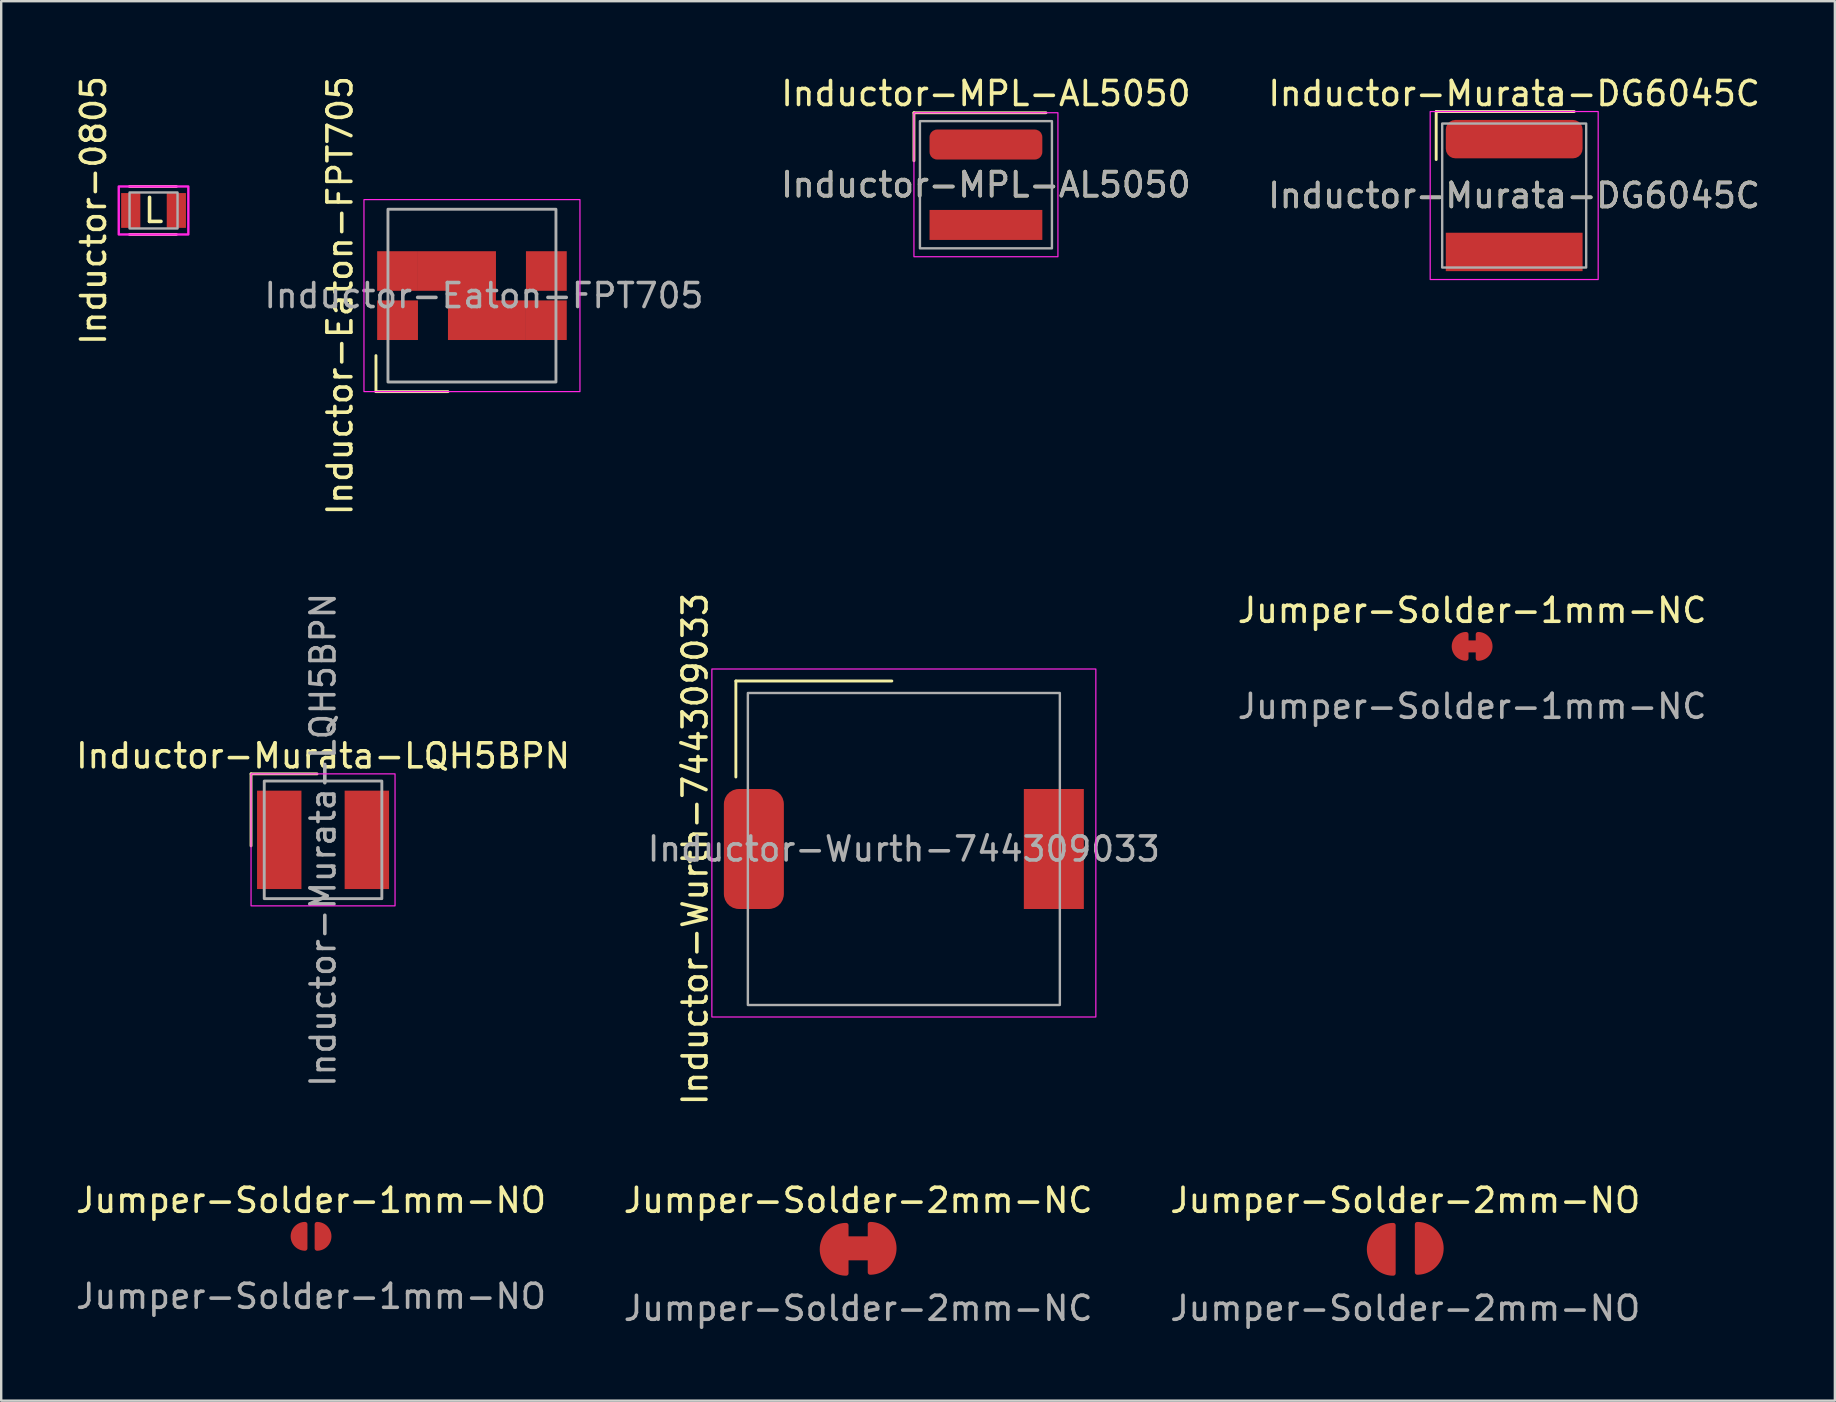
<source format=kicad_pcb>
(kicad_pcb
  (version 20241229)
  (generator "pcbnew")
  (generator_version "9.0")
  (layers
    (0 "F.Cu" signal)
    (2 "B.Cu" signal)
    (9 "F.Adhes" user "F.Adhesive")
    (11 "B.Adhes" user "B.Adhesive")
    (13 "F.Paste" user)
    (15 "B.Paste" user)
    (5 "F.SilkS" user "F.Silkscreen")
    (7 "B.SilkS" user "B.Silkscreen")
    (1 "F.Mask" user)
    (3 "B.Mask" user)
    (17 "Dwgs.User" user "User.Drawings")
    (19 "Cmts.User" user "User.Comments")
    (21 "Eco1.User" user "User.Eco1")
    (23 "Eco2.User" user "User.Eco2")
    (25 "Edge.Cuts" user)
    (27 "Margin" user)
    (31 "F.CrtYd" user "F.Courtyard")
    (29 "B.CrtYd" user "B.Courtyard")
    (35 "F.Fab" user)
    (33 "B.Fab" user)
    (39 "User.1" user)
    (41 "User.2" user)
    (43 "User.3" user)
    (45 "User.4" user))
  (footprint "Inductor-Wurth-744309033"
    (layer "F.Cu")
    (at 34.613 32.327)
    (property "Reference" "Inductor-Wurth-744309033" (at -8.7 0 90) (unlocked yes) (layer "F.SilkS") (effects (font (size 1 1) (thickness 0.15))))
    (attr smd)
    (fp_line (start -7 -7) (end -7 -3) (stroke (width 0.12) (type solid)) (layer "F.SilkS"))
    (fp_line (start -0.5 -7) (end -7 -7) (stroke (width 0.12) (type solid)) (layer "F.SilkS"))
    (fp_rect (start -8 -7.5) (end 8 7) (stroke (width 0.05) (type solid)) (fill no) (layer "F.CrtYd"))
    (fp_rect (start -6.5 -6.5) (end 6.5 6.5) (stroke (width 0.1) (type solid)) (fill no) (layer "F.Fab"))
    (fp_text user "${REFERENCE}" (at 0 0 0) (unlocked yes) (layer "F.Fab") (effects (font (size 1 1) (thickness 0.15))))
    (pad "1" smd roundrect (at -6.25 0) (size 2.5 5) (layers "F.Cu" "F.Mask" "F.Paste") (roundrect_rratio 0.25))
    (pad "2" smd rect (at 6.25 0) (size 2.5 5) (layers "F.Cu" "F.Mask" "F.Paste")))
  (footprint "Jumper-Solder-1mm-NC"
    (layer "F.Cu")
    (at 58.292 23.884)
    (property "Reference" "Jumper-Solder-1mm-NC" (at 0 -1.5 0) (unlocked yes) (layer "F.SilkS") (effects (font (size 1 1) (thickness 0.15))))
    (attr smd)
    (fp_line (start -0.25 0) (end 0.25 0) (stroke (width 0.5) (type solid)) (layer "F.Cu"))
    (fp_poly (pts (arc (start -0.25 -0.5) (mid -0.75 0) (end -0.25 0.5))) (stroke (width 0.2) (type solid)) (fill yes) (layer "F.Cu"))
    (fp_poly (pts (arc (start 0.25 0.5) (mid 0.75 0) (end 0.25 -0.5))) (stroke (width 0.2) (type solid)) (fill yes) (layer "F.Cu"))
    (fp_line (start -0.25 0) (end 0.25 0) (stroke (width 0.7) (type solid)) (layer "F.Mask"))
    (fp_poly (pts (arc (start -0.25 -0.5) (mid -0.75 0) (end -0.25 0.5))) (stroke (width 0.2) (type solid)) (fill yes) (layer "F.Mask"))
    (fp_poly (pts (arc (start 0.25 0.5) (mid 0.75 0) (end 0.25 -0.5))) (stroke (width 0.2) (type solid)) (fill yes) (layer "F.Mask"))
    (fp_text user "${REFERENCE}" (at 0 2.5 0) (unlocked yes) (layer "F.Fab") (effects (font (size 1 1) (thickness 0.15))))
    (pad "1" smd custom (at -0.5 0) (size 0.3 0.3) (layers "F.Cu" "F.Mask") (options (anchor circle)) (primitives))
    (pad "2" smd custom (at 0.5 0) (size 0.3 0.3) (layers "F.Cu" "F.Mask") (options (anchor circle)) (primitives)))
  (footprint "Inductor-Murata-DG6045C"
    (layer "F.Cu")
    (at 60.045 5.098)
    (property "Reference" "Inductor-Murata-DG6045C" (at 0 -4.25 0) (unlocked yes) (layer "F.SilkS") (effects (font (size 1 1) (thickness 0.15))))
    (attr smd)
    (fp_line (start -3.25 -3.5) (end -3.25 -1.5) (stroke (width 0.12) (type solid)) (layer "F.SilkS"))
    (fp_line (start 2.5 -3.5) (end -3.25 -3.5) (stroke (width 0.12) (type solid)) (layer "F.SilkS"))
    (fp_rect (start -3.5 -3.5) (end 3.5 3.5) (stroke (width 0.05) (type solid)) (fill no) (layer "F.CrtYd"))
    (fp_rect (start 3 -3) (end -3 3) (stroke (width 0.1) (type solid)) (fill no) (layer "F.Fab"))
    (fp_text user "${REFERENCE}" (at 0 0 0) (unlocked yes) (layer "F.SilkS") (effects (font (size 1 1) (thickness 0.15))))
    (fp_text user "${REFERENCE}" (at 0 0 0) (unlocked yes) (layer "F.Fab") (effects (font (size 1 1) (thickness 0.15))))
    (pad "1" smd roundrect (at 0 -2.35 270) (size 1.6 5.7) (layers "F.Cu" "F.Mask" "F.Paste") (roundrect_rratio 0.25))
    (pad "2" smd rect (at 0 2.35 270) (size 1.6 5.7) (layers "F.Cu" "F.Mask" "F.Paste")))
  (footprint "Inductor-Eaton-FPT705"
    (layer "F.Cu")
    (at 16.616 9.268)
    (property "Reference" "Inductor-Eaton-FPT705" (at -5.5 0 90) (unlocked yes) (layer "F.SilkS") (effects (font (size 1 1) (thickness 0.15))))
    (attr smd)
    (fp_poly (pts (xy 1 0.2) (xy 2.25 0.2) (xy 2.25 1.85) (xy -1 1.85) (xy -1 -0.2) (xy -2.25 -0.2) (xy -2.25 -1.85) (xy 1 -1.85)) (stroke (width 0) (type solid)) (fill yes) (layer "F.Cu"))
    (fp_line (start -4 2.5) (end -4 4) (stroke (width 0.12) (type solid)) (layer "F.SilkS"))
    (fp_line (start -4 4) (end -1 4) (stroke (width 0.12) (type solid)) (layer "F.SilkS"))
    (fp_rect (start -4.5 4) (end 4.5 -4) (stroke (width 0.05) (type solid)) (fill no) (layer "F.CrtYd"))
    (fp_rect (start -3.5 -3.6) (end 3.5 3.6) (stroke (width 0.12) (type solid)) (fill no) (layer "F.Fab"))
    (fp_text user "${REFERENCE}" (at 0.5 0 0) (unlocked yes) (layer "F.Fab") (effects (font (size 1 1) (thickness 0.15))))
    (pad "1" smd rect (at -3.1 1.025) (size 1.7 1.65) (layers "F.Cu" "F.Mask" "F.Paste"))
    (pad "2" smd rect (at 3.1 1.025) (size 1.7 1.65) (layers "F.Cu" "F.Mask" "F.Paste"))
    (pad "3" smd rect (at 3.1 -1.025) (size 1.7 1.65) (layers "F.Cu" "F.Mask" "F.Paste"))
    (pad "4" smd rect (at -3.1 -1.025) (size 1.7 1.65) (layers "F.Cu" "F.Mask" "F.Paste")))
  (footprint "Inductor-0805"
    (layer "F.Cu")
    (at 3.348 5.72)
    (property "Reference" "Inductor-0805" (at -2.5 0 90) (layer "F.SilkS") (effects (font (size 1 1) (thickness 0.15))))
    (attr smd)
    (fp_line (start 0.95 -1) (end -1 -1) (stroke (width 0.12) (type solid)) (layer "F.SilkS"))
    (fp_line (start 0.95 1) (end -1 1) (stroke (width 0.12) (type solid)) (layer "F.SilkS"))
    (fp_rect (start -1.45 -1) (end 1.45 1) (stroke (width 0.1) (type default)) (fill no) (layer "F.CrtYd"))
    (fp_rect (start -1 -0.75) (end 1 0.75) (stroke (width 0.1) (type default)) (fill no) (layer "F.Fab"))
    (fp_text user "L" (at 0 0 0) (unlocked yes) (layer "F.SilkS") (effects (font (size 1 1) (thickness 0.15))))
    (pad "1" smd rect (at -0.95 0) (size 0.8 1.45) (layers "F.Cu" "F.Mask" "F.Paste"))
    (pad "2" smd rect (at 0.95 0) (size 0.8 1.45) (layers "F.Cu" "F.Mask" "F.Paste")))
  (footprint "Jumper-Solder-2mm-NO"
    (layer "F.Cu")
    (at 55.506 48.967)
    (property "Reference" "Jumper-Solder-2mm-NO" (at 0 -2 0) (unlocked yes) (layer "F.SilkS") (effects (font (size 1 1) (thickness 0.15))))
    (attr smd)
    (fp_poly (pts (arc (start -0.5 1.040513) (mid -1.5 0.040513) (end -0.5 -0.959487))) (stroke (width 0.2) (type solid)) (fill yes) (layer "F.Cu"))
    (fp_poly (pts (arc (start 0.5 -1) (mid 1.5 0) (end 0.5 1))) (stroke (width 0.2) (type solid)) (fill yes) (layer "F.Cu"))
    (fp_poly (pts (arc (start -0.5 1.040513) (mid -1.5 0.040513) (end -0.5 -0.959487))) (stroke (width 0.2) (type solid)) (fill yes) (layer "F.Mask"))
    (fp_poly (pts (arc (start 0.5 -1) (mid 1.5 0) (end 0.5 1))) (stroke (width 0.2) (type solid)) (fill yes) (layer "F.Mask"))
    (fp_text user "${REFERENCE}" (at 0 2.5 0) (unlocked yes) (layer "F.Fab") (effects (font (size 1 1) (thickness 0.15))))
    (pad "1" smd custom (at -1 0) (size 1 1) (layers "F.Cu" "F.Mask") (options (anchor circle)) (primitives))
    (pad "2" smd custom (at 1 0) (size 1 1) (layers "F.Cu" "F.Mask") (options (anchor circle)) (primitives)))
  (footprint "Jumper-Solder-2mm-NC"
    (layer "F.Cu")
    (at 32.708 48.967)
    (property "Reference" "Jumper-Solder-2mm-NC" (at 0 -2 0) (unlocked yes) (layer "F.SilkS") (effects (font (size 1 1) (thickness 0.15))))
    (attr smd)
    (fp_line (start -0.5 0) (end 0.5 0) (stroke (width 1) (type solid)) (layer "F.Cu"))
    (fp_poly (pts (arc (start -0.5 1.040513) (mid -1.5 0.040513) (end -0.5 -0.959487))) (stroke (width 0.2) (type solid)) (fill yes) (layer "F.Cu"))
    (fp_poly (pts (arc (start 0.5 -1) (mid 1.5 0) (end 0.5 1))) (stroke (width 0.2) (type solid)) (fill yes) (layer "F.Cu"))
    (fp_line (start -0.5 0) (end 0.5 0) (stroke (width 1.1) (type solid)) (layer "F.Mask"))
    (fp_poly (pts (arc (start -0.5 1.040513) (mid -1.5 0.040513) (end -0.5 -0.959487))) (stroke (width 0.2) (type solid)) (fill yes) (layer "F.Mask"))
    (fp_poly (pts (arc (start 0.5 -1) (mid 1.5 0) (end 0.5 1))) (stroke (width 0.2) (type solid)) (fill yes) (layer "F.Mask"))
    (fp_text user "${REFERENCE}" (at 0 2.5 0) (unlocked yes) (layer "F.Fab") (effects (font (size 1 1) (thickness 0.15))))
    (pad "1" smd custom (at -1 0) (size 1 1) (layers "F.Cu" "F.Mask") (options (anchor circle)) (primitives))
    (pad "2" smd custom (at 1 0) (size 1 1) (layers "F.Cu" "F.Mask") (options (anchor circle)) (primitives)))
  (footprint "Jumper-Solder-1mm-NO"
    (layer "F.Cu")
    (at 9.911 48.467)
    (property "Reference" "Jumper-Solder-1mm-NO" (at 0 -1.5 0) (unlocked yes) (layer "F.SilkS") (effects (font (size 1 1) (thickness 0.15))))
    (attr smd)
    (fp_poly (pts (arc (start -0.25 -0.5) (mid -0.75 0) (end -0.25 0.5))) (stroke (width 0.2) (type solid)) (fill yes) (layer "F.Cu"))
    (fp_poly (pts (arc (start 0.25 0.5) (mid 0.75 0) (end 0.25 -0.5))) (stroke (width 0.2) (type solid)) (fill yes) (layer "F.Cu"))
    (fp_poly (pts (arc (start -0.25 -0.5) (mid -0.75 0) (end -0.25 0.5))) (stroke (width 0.2) (type solid)) (fill yes) (layer "F.Mask"))
    (fp_poly (pts (arc (start 0.25 0.5) (mid 0.75 0) (end 0.25 -0.5))) (stroke (width 0.2) (type solid)) (fill yes) (layer "F.Mask"))
    (fp_text user "${REFERENCE}" (at 0 2.5 0) (unlocked yes) (layer "F.Fab") (effects (font (size 1 1) (thickness 0.15))))
    (pad "1" smd custom (at -0.5 0) (size 0.3 0.3) (layers "F.Cu" "F.Mask") (options (anchor circle)) (primitives))
    (pad "2" smd custom (at 0.5 0) (size 0.3 0.3) (layers "F.Cu" "F.Mask") (options (anchor circle)) (primitives)))
  (footprint "Inductor-MPL-AL5050"
    (layer "F.Cu")
    (at 38.033 4.648)
    (property "Reference" "Inductor-MPL-AL5050" (at 0 -3.8 0) (unlocked yes) (layer "F.SilkS") (effects (font (size 1 1) (thickness 0.15))))
    (attr smd)
    (fp_line (start -3 -3) (end -3 -1) (stroke (width 0.12) (type solid)) (layer "F.SilkS"))
    (fp_line (start 2.5 -3) (end -3 -3) (stroke (width 0.12) (type solid)) (layer "F.SilkS"))
    (fp_rect (start -3 -3) (end 3 3) (stroke (width 0.05) (type solid)) (fill no) (layer "F.CrtYd"))
    (fp_rect (start -2.75 -2.65) (end 2.75 2.65) (stroke (width 0.1) (type solid)) (fill no) (layer "F.Fab"))
    (fp_text user "${REFERENCE}" (at 0 0 0) (unlocked yes) (layer "F.SilkS") (effects (font (size 1 1) (thickness 0.15))))
    (fp_text user "${REFERENCE}" (at 0 0 0) (unlocked yes) (layer "F.Fab") (effects (font (size 1 1) (thickness 0.15))))
    (pad "1" smd roundrect (at 0 -1.675 270) (size 1.25 4.7) (layers "F.Cu" "F.Mask" "F.Paste") (roundrect_rratio 0.25))
    (pad "2" smd rect (at 0 1.675 270) (size 1.25 4.7) (layers "F.Cu" "F.Mask" "F.Paste")))
  (footprint "Inductor-Murata-LQH5BPN"
    (layer "F.Cu")
    (at 10.411 31.946)
    (property "Reference" "Inductor-Murata-LQH5BPN" (at 0 -3.5 0) (unlocked yes) (layer "F.SilkS") (effects (font (size 1 1) (thickness 0.15))))
    (attr smd)
    (fp_line (start -3 -2.75) (end -0.25 -2.75) (stroke (width 0.12) (type solid)) (layer "F.SilkS"))
    (fp_line (start -3 0.25) (end -3 -2.75) (stroke (width 0.12) (type solid)) (layer "F.SilkS"))
    (fp_rect (start -3 -2.75) (end 3 2.75) (stroke (width 0.05) (type solid)) (fill no) (layer "F.CrtYd"))
    (fp_rect (start -2.45 -2.45) (end 2.45 2.45) (stroke (width 0.12) (type solid)) (fill no) (layer "F.Fab"))
    (fp_text user "${REFERENCE}" (at 0 0 90) (unlocked yes) (layer "F.Fab") (effects (font (size 1 1) (thickness 0.15))))
    (pad "1" smd rect (at -1.825 0) (size 1.85 4.1) (layers "F.Cu" "F.Mask" "F.Paste"))
    (pad "2" smd rect (at 1.825 0) (size 1.85 4.1) (layers "F.Cu" "F.Mask" "F.Paste")))
  (gr_rect
    (start -3 -3)
    (end 73.408 55.316)
    (stroke (width 0.1) (type default))
    (fill no)
    (layer "Edge.Cuts")))
</source>
